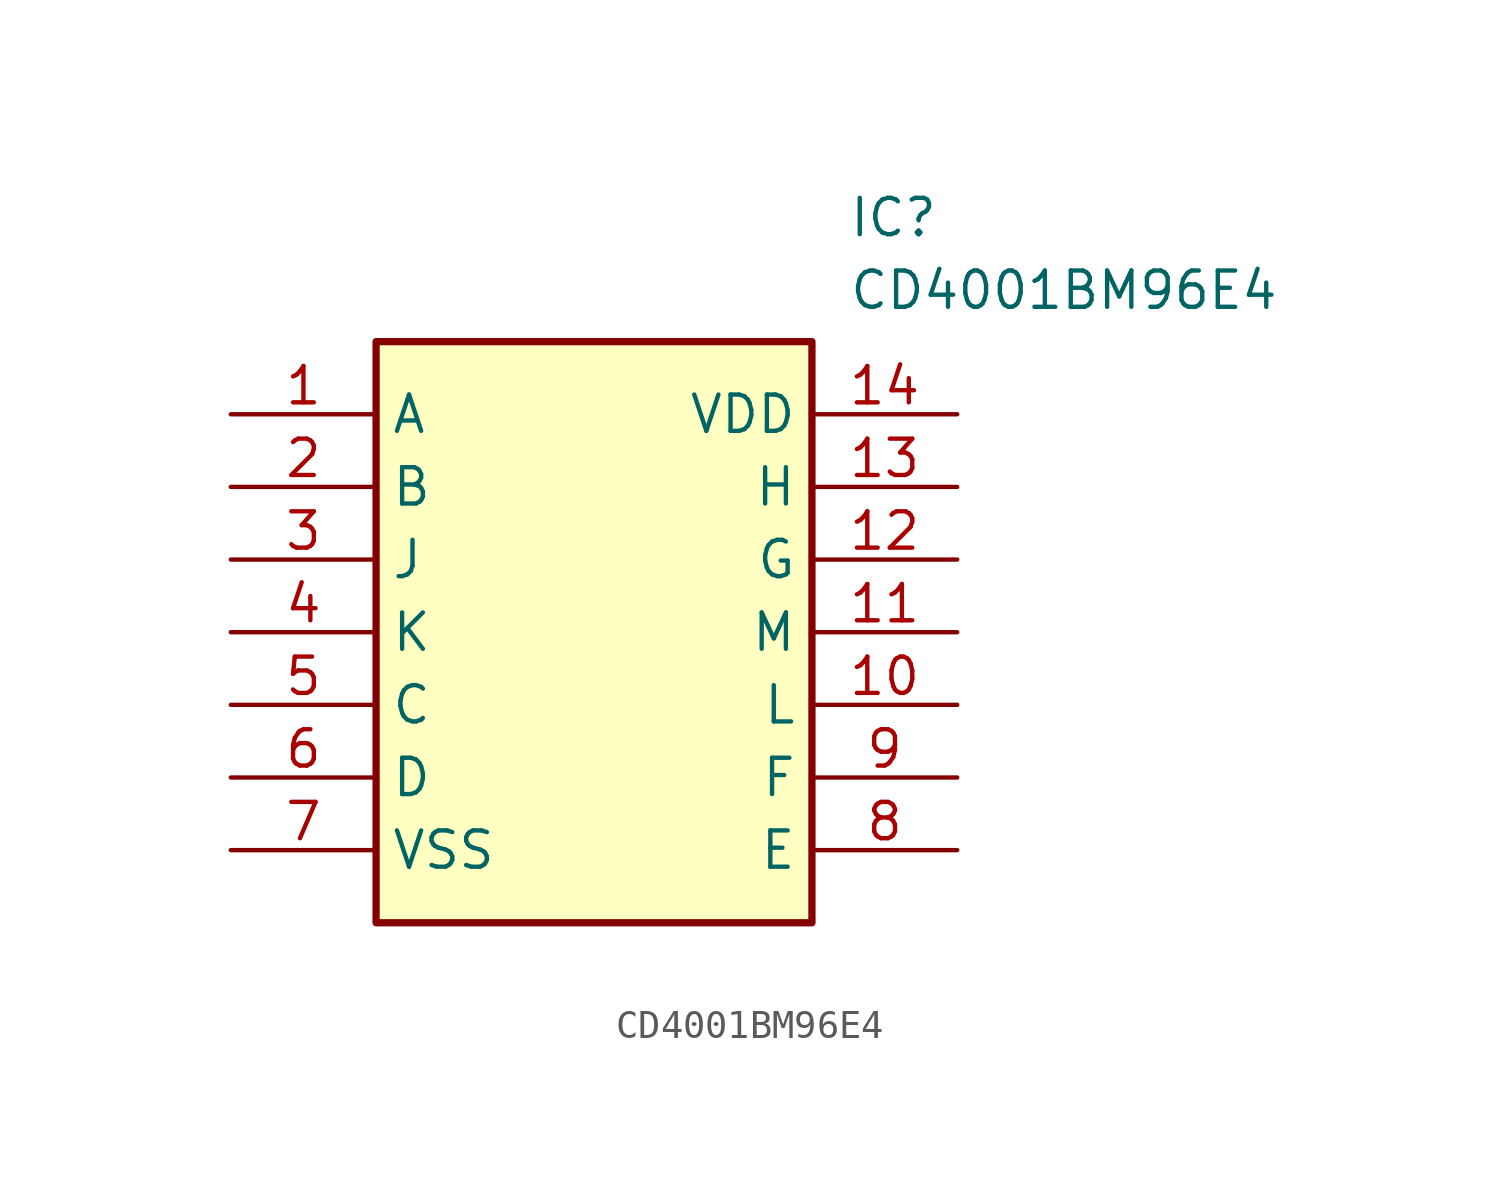
<source format=kicad_sym>
(kicad_symbol_lib
  (version 20211014)
  (generator SamacSys_ECAD_Model)
  (symbol "CD4001BM96E4"
    (property "Reference" "IC"
      (at 21.59 7.62 0)
      (effects (font (size 1.27 1.27)) (justify left top)))
    (property "Value" "CD4001BM96E4"
      (at 21.59 5.08 0)
      (effects (font (size 1.27 1.27)) (justify left top)))
    (rectangle
      (start 5.08 2.54)
      (end 20.32 -17.78)
      (stroke (width 0.254) (type default))
      (fill (type background)))
    (pin passive line
      (at 0 0 0)
      (length 5.08)
      (name "A" (effects (font (size 1.27 1.27))))
      (number "1" (effects (font (size 1.27 1.27)))))
    (pin passive line
      (at 0 -2.54 0)
      (length 5.08)
      (name "B" (effects (font (size 1.27 1.27))))
      (number "2" (effects (font (size 1.27 1.27)))))
    (pin passive line
      (at 0 -5.08 0)
      (length 5.08)
      (name "J" (effects (font (size 1.27 1.27))))
      (number "3" (effects (font (size 1.27 1.27)))))
    (pin passive line
      (at 0 -7.62 0)
      (length 5.08)
      (name "K" (effects (font (size 1.27 1.27))))
      (number "4" (effects (font (size 1.27 1.27)))))
    (pin passive line
      (at 0 -10.16 0)
      (length 5.08)
      (name "C" (effects (font (size 1.27 1.27))))
      (number "5" (effects (font (size 1.27 1.27)))))
    (pin passive line
      (at 0 -12.7 0)
      (length 5.08)
      (name "D" (effects (font (size 1.27 1.27))))
      (number "6" (effects (font (size 1.27 1.27)))))
    (pin passive line
      (at 0 -15.24 0)
      (length 5.08)
      (name "VSS" (effects (font (size 1.27 1.27))))
      (number "7" (effects (font (size 1.27 1.27)))))
    (pin passive line
      (at 25.4 0 180)
      (length 5.08)
      (name "VDD" (effects (font (size 1.27 1.27))))
      (number "14" (effects (font (size 1.27 1.27)))))
    (pin passive line
      (at 25.4 -2.54 180)
      (length 5.08)
      (name "H" (effects (font (size 1.27 1.27))))
      (number "13" (effects (font (size 1.27 1.27)))))
    (pin passive line
      (at 25.4 -5.08 180)
      (length 5.08)
      (name "G" (effects (font (size 1.27 1.27))))
      (number "12" (effects (font (size 1.27 1.27)))))
    (pin passive line
      (at 25.4 -7.62 180)
      (length 5.08)
      (name "M" (effects (font (size 1.27 1.27))))
      (number "11" (effects (font (size 1.27 1.27)))))
    (pin passive line
      (at 25.4 -10.16 180)
      (length 5.08)
      (name "L" (effects (font (size 1.27 1.27))))
      (number "10" (effects (font (size 1.27 1.27)))))
    (pin passive line
      (at 25.4 -12.7 180)
      (length 5.08)
      (name "F" (effects (font (size 1.27 1.27))))
      (number "9" (effects (font (size 1.27 1.27)))))
    (pin passive line
      (at 25.4 -15.24 180)
      (length 5.08)
      (name "E" (effects (font (size 1.27 1.27))))
      (number "8" (effects (font (size 1.27 1.27)))))))
</source>
